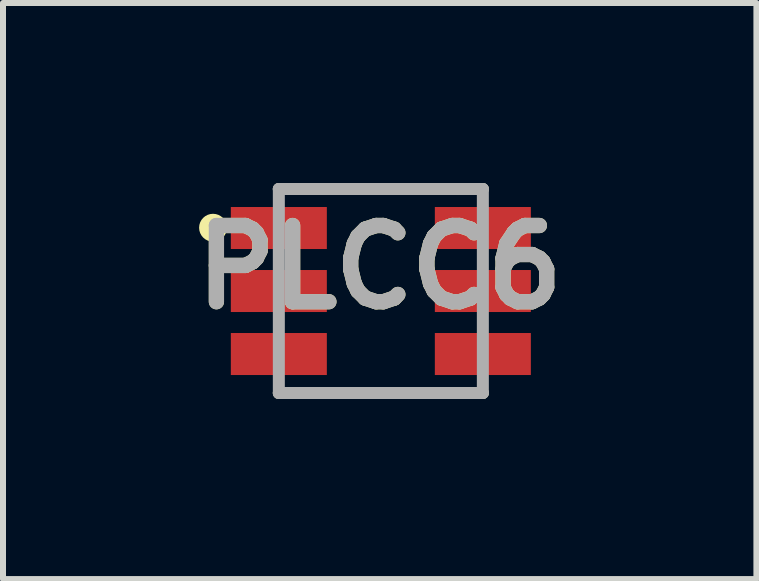
<source format=kicad_pcb>
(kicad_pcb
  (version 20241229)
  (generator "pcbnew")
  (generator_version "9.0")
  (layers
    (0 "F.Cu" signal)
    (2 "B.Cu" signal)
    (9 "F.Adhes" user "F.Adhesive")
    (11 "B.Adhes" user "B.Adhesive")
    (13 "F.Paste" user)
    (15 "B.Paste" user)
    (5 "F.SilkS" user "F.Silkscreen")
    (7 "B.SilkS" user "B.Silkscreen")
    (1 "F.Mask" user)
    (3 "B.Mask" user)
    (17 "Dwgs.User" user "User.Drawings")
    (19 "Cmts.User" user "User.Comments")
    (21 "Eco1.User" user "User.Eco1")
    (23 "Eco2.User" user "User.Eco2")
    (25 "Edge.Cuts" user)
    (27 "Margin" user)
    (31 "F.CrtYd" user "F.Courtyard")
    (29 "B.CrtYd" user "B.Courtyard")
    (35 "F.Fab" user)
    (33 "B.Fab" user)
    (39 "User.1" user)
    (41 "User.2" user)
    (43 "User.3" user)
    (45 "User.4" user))
  (footprint "PLCC6"
    (layer "F.Cu")
    (at 3.297 1.8)
    (property "Reference" "PLCC6" (at -0.019 -0.396 0) (layer "F.SilkS") (effects (font (size 1.27 1.27) (thickness 0.254))))
    (attr smd)
    (fp_line (start -1.7 -1.7) (end 1.7 -1.7) (stroke (width 0.2) (type solid)) (layer "F.SilkS"))
    (fp_line (start 1.7 1.7) (end -1.7 1.7) (stroke (width 0.2) (type solid)) (layer "F.SilkS"))
    (fp_circle (center -2.797 -1.055) (end -2.797 -1.023) (stroke (width 0.2) (type solid)) (fill no) (layer "F.SilkS"))
    (fp_line (start -1.7 -1.7) (end 1.7 -1.7) (stroke (width 0.2) (type solid)) (layer "F.Fab"))
    (fp_line (start -1.7 1.7) (end -1.7 -1.7) (stroke (width 0.2) (type solid)) (layer "F.Fab"))
    (fp_line (start 1.7 -1.7) (end 1.7 1.7) (stroke (width 0.2) (type solid)) (layer "F.Fab"))
    (fp_line (start 1.7 1.7) (end -1.7 1.7) (stroke (width 0.2) (type solid)) (layer "F.Fab"))
    (fp_text user "${REFERENCE}" (at -0.019 -0.396 0) (layer "F.Fab") (effects (font (size 1.27 1.27) (thickness 0.254))))
    (pad "1" smd rect (at -1.7 -1.05 90) (size 0.7 1.6) (layers "F.Cu" "F.Mask" "F.Paste"))
    (pad "2" smd rect (at -1.7 0 90) (size 0.7 1.6) (layers "F.Cu" "F.Mask" "F.Paste"))
    (pad "3" smd rect (at -1.7 1.05 90) (size 0.7 1.6) (layers "F.Cu" "F.Mask" "F.Paste"))
    (pad "4" smd rect (at 1.7 1.05 90) (size 0.7 1.6) (layers "F.Cu" "F.Mask" "F.Paste"))
    (pad "5" smd rect (at 1.7 0 90) (size 0.7 1.6) (layers "F.Cu" "F.Mask" "F.Paste"))
    (pad "6" smd rect (at 1.7 -1.05 90) (size 0.7 1.6) (layers "F.Cu" "F.Mask" "F.Paste")))
  (gr_rect
    (start -3 -3)
    (end 9.556 6.6)
    (stroke (width 0.1) (type default))
    (fill no)
    (layer "Edge.Cuts")))
</source>
